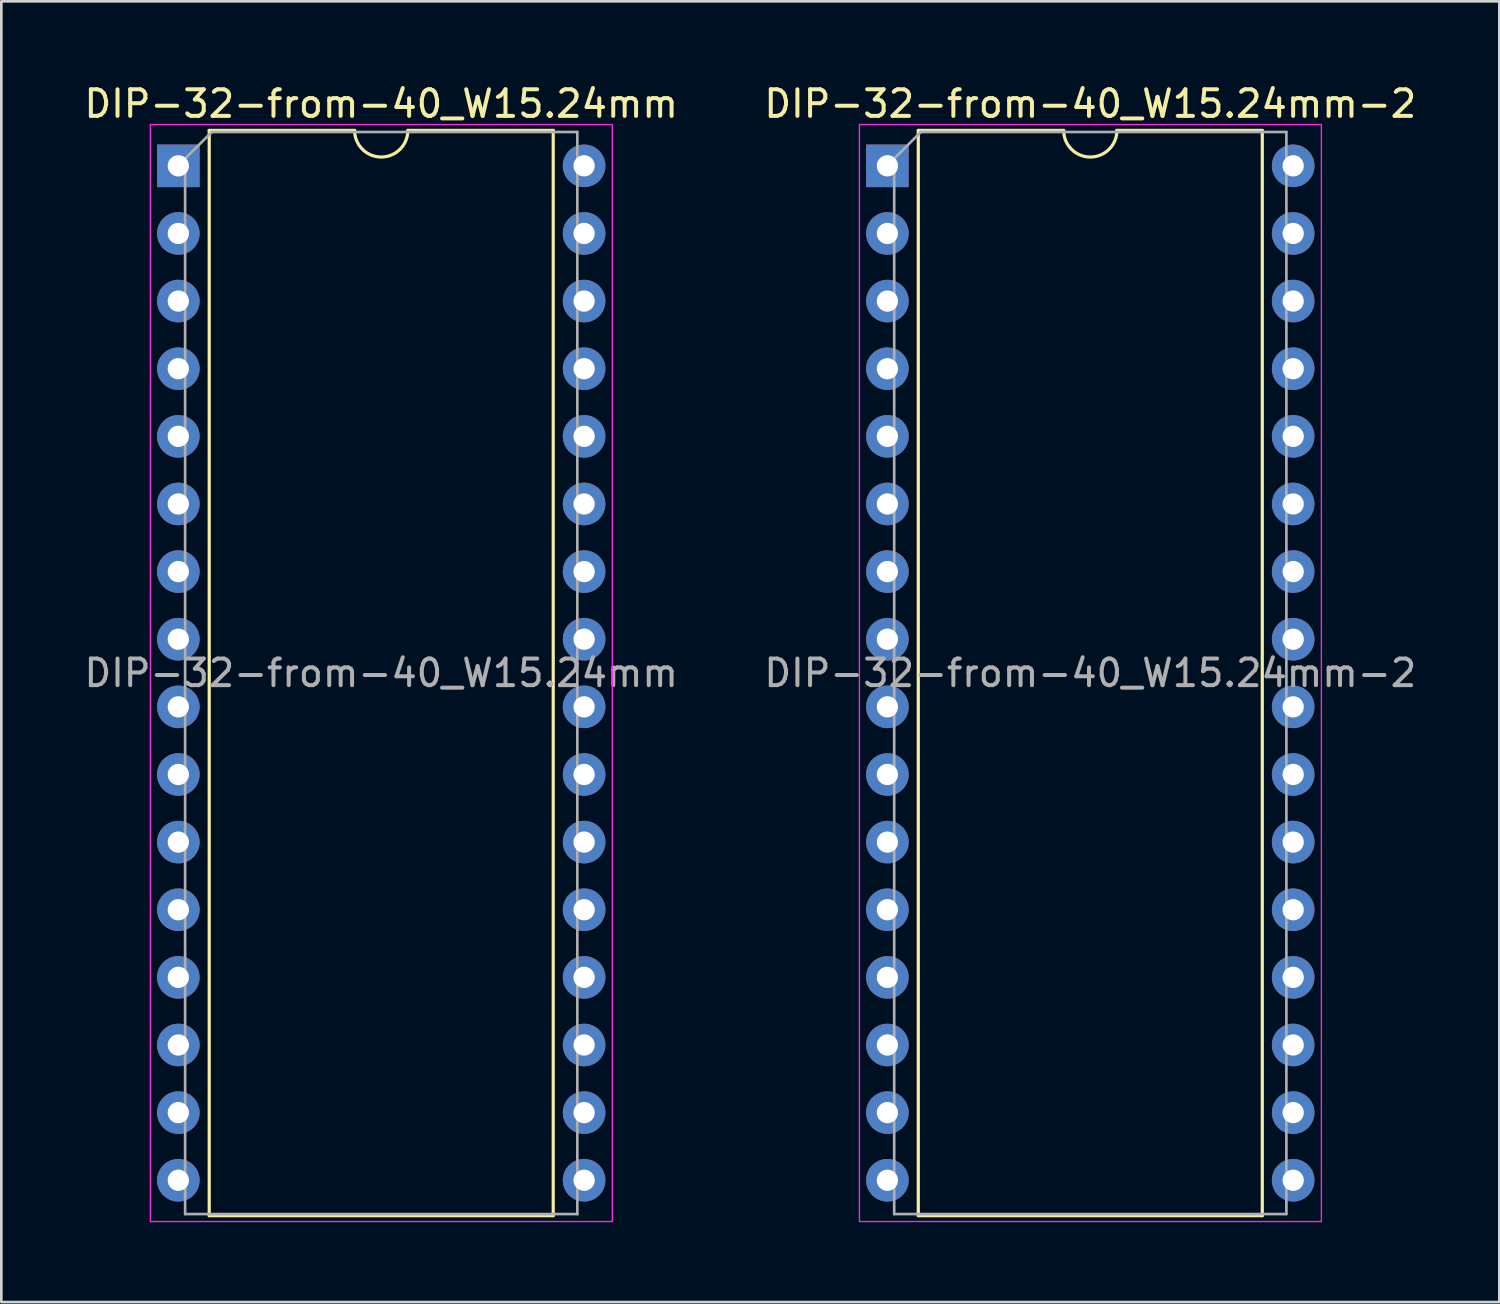
<source format=kicad_pcb>
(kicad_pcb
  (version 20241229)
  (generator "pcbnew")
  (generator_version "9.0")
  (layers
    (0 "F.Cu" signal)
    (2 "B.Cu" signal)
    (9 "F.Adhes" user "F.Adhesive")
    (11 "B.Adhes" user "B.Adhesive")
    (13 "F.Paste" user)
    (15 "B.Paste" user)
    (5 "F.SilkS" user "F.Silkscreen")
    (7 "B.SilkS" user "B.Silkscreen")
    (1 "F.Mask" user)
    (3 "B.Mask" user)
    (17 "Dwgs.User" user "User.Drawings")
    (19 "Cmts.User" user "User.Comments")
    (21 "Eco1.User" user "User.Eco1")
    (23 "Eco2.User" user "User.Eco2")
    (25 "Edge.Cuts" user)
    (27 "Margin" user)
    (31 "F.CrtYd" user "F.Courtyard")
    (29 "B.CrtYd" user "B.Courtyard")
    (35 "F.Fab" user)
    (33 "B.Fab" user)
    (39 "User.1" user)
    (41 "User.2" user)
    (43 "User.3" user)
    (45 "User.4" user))
  (footprint "DIP-32-from-40_W15.24mm"
    (layer "F.Cu")
    (at 3.648 3.178)
    (property "Reference" "DIP-32-from-40_W15.24mm" (at 7.62 -2.33 0) (layer "F.SilkS") (effects (font (size 1 1) (thickness 0.15))))
    (attr through_hole)
    (fp_line (start 1.16 -1.33) (end 1.16 39.43) (stroke (width 0.12) (type solid)) (layer "F.SilkS"))
    (fp_line (start 1.16 39.43) (end 14.08 39.43) (stroke (width 0.12) (type solid)) (layer "F.SilkS"))
    (fp_line (start 6.62 -1.33) (end 1.16 -1.33) (stroke (width 0.12) (type solid)) (layer "F.SilkS"))
    (fp_line (start 14.08 -1.33) (end 8.62 -1.33) (stroke (width 0.12) (type solid)) (layer "F.SilkS"))
    (fp_line (start 14.08 39.43) (end 14.08 -1.33) (stroke (width 0.12) (type solid)) (layer "F.SilkS"))
    (fp_arc (start 8.62 -1.33) (mid 7.62 -0.33) (end 6.62 -1.33) (stroke (width 0.12) (type solid)) (layer "F.SilkS"))
    (fp_line (start -1.05 -1.55) (end -1.05 39.65) (stroke (width 0.05) (type solid)) (layer "F.CrtYd"))
    (fp_line (start -1.05 39.65) (end 16.3 39.65) (stroke (width 0.05) (type solid)) (layer "F.CrtYd"))
    (fp_line (start 16.3 -1.55) (end -1.05 -1.55) (stroke (width 0.05) (type solid)) (layer "F.CrtYd"))
    (fp_line (start 16.3 39.65) (end 16.3 -1.55) (stroke (width 0.05) (type solid)) (layer "F.CrtYd"))
    (fp_line (start 0.255 -0.27) (end 1.255 -1.27) (stroke (width 0.1) (type solid)) (layer "F.Fab"))
    (fp_line (start 0.255 39.37) (end 0.255 -0.27) (stroke (width 0.1) (type solid)) (layer "F.Fab"))
    (fp_line (start 1.255 -1.27) (end 14.985 -1.27) (stroke (width 0.1) (type solid)) (layer "F.Fab"))
    (fp_line (start 14.985 -1.27) (end 14.985 39.37) (stroke (width 0.1) (type solid)) (layer "F.Fab"))
    (fp_line (start 14.985 39.37) (end 0.255 39.37) (stroke (width 0.1) (type solid)) (layer "F.Fab"))
    (fp_text user "${REFERENCE}" (at 7.62 19.05 0) (layer "F.Fab") (effects (font (size 1 1) (thickness 0.15))))
    (pad "1" thru_hole rect (at 0 0) (size 1.6 1.6) (drill 0.8) (layers "*.Cu" "*.Mask"))
    (pad "2" thru_hole oval (at 0 2.54) (size 1.6 1.6) (drill 0.8) (layers "*.Cu" "*.Mask"))
    (pad "3" thru_hole oval (at 0 5.08) (size 1.6 1.6) (drill 0.8) (layers "*.Cu" "*.Mask"))
    (pad "4" thru_hole oval (at 0 7.62) (size 1.6 1.6) (drill 0.8) (layers "*.Cu" "*.Mask"))
    (pad "5" thru_hole oval (at 0 10.16) (size 1.6 1.6) (drill 0.8) (layers "*.Cu" "*.Mask"))
    (pad "6" thru_hole oval (at 0 12.7) (size 1.6 1.6) (drill 0.8) (layers "*.Cu" "*.Mask"))
    (pad "7" thru_hole oval (at 0 15.24) (size 1.6 1.6) (drill 0.8) (layers "*.Cu" "*.Mask"))
    (pad "8" thru_hole oval (at 0 17.78) (size 1.6 1.6) (drill 0.8) (layers "*.Cu" "*.Mask"))
    (pad "9" thru_hole oval (at 0 20.32) (size 1.6 1.6) (drill 0.8) (layers "*.Cu" "*.Mask"))
    (pad "10" thru_hole oval (at 0 22.86) (size 1.6 1.6) (drill 0.8) (layers "*.Cu" "*.Mask"))
    (pad "11" thru_hole oval (at 0 25.4) (size 1.6 1.6) (drill 0.8) (layers "*.Cu" "*.Mask"))
    (pad "12" thru_hole oval (at 0 27.94) (size 1.6 1.6) (drill 0.8) (layers "*.Cu" "*.Mask"))
    (pad "13" thru_hole oval (at 0 30.48) (size 1.6 1.6) (drill 0.8) (layers "*.Cu" "*.Mask"))
    (pad "14" thru_hole oval (at 0 33.02) (size 1.6 1.6) (drill 0.8) (layers "*.Cu" "*.Mask"))
    (pad "15" thru_hole oval (at 0 35.56) (size 1.6 1.6) (drill 0.8) (layers "*.Cu" "*.Mask"))
    (pad "16" thru_hole oval (at 0 38.1) (size 1.6 1.6) (drill 0.8) (layers "*.Cu" "*.Mask"))
    (pad "25" thru_hole oval (at 15.24 38.1) (size 1.6 1.6) (drill 0.8) (layers "*.Cu" "*.Mask"))
    (pad "26" thru_hole oval (at 15.24 35.56) (size 1.6 1.6) (drill 0.8) (layers "*.Cu" "*.Mask"))
    (pad "27" thru_hole oval (at 15.24 33.02) (size 1.6 1.6) (drill 0.8) (layers "*.Cu" "*.Mask"))
    (pad "28" thru_hole oval (at 15.24 30.48) (size 1.6 1.6) (drill 0.8) (layers "*.Cu" "*.Mask"))
    (pad "29" thru_hole oval (at 15.24 27.94) (size 1.6 1.6) (drill 0.8) (layers "*.Cu" "*.Mask"))
    (pad "30" thru_hole oval (at 15.24 25.4) (size 1.6 1.6) (drill 0.8) (layers "*.Cu" "*.Mask"))
    (pad "31" thru_hole oval (at 15.24 22.86) (size 1.6 1.6) (drill 0.8) (layers "*.Cu" "*.Mask"))
    (pad "32" thru_hole oval (at 15.24 20.32) (size 1.6 1.6) (drill 0.8) (layers "*.Cu" "*.Mask"))
    (pad "33" thru_hole oval (at 15.24 17.78) (size 1.6 1.6) (drill 0.8) (layers "*.Cu" "*.Mask"))
    (pad "34" thru_hole oval (at 15.24 15.24) (size 1.6 1.6) (drill 0.8) (layers "*.Cu" "*.Mask"))
    (pad "35" thru_hole oval (at 15.24 12.7) (size 1.6 1.6) (drill 0.8) (layers "*.Cu" "*.Mask"))
    (pad "36" thru_hole oval (at 15.24 10.16) (size 1.6 1.6) (drill 0.8) (layers "*.Cu" "*.Mask"))
    (pad "37" thru_hole oval (at 15.24 7.62) (size 1.6 1.6) (drill 0.8) (layers "*.Cu" "*.Mask"))
    (pad "38" thru_hole oval (at 15.24 5.08) (size 1.6 1.6) (drill 0.8) (layers "*.Cu" "*.Mask"))
    (pad "39" thru_hole oval (at 15.24 2.54) (size 1.6 1.6) (drill 0.8) (layers "*.Cu" "*.Mask"))
    (pad "40" thru_hole oval (at 15.24 0) (size 1.6 1.6) (drill 0.8) (layers "*.Cu" "*.Mask")))
  (footprint "DIP-32-from-40_W15.24mm-2"
    (layer "F.Cu")
    (at 30.279 3.178)
    (property "Reference" "DIP-32-from-40_W15.24mm-2" (at 7.62 -2.33 0) (layer "F.SilkS") (effects (font (size 1 1) (thickness 0.15))))
    (attr through_hole)
    (fp_line (start 1.16 -1.33) (end 1.16 39.43) (stroke (width 0.12) (type solid)) (layer "F.SilkS"))
    (fp_line (start 1.16 39.43) (end 14.08 39.43) (stroke (width 0.12) (type solid)) (layer "F.SilkS"))
    (fp_line (start 6.62 -1.33) (end 1.16 -1.33) (stroke (width 0.12) (type solid)) (layer "F.SilkS"))
    (fp_line (start 14.08 -1.33) (end 8.62 -1.33) (stroke (width 0.12) (type solid)) (layer "F.SilkS"))
    (fp_line (start 14.08 39.43) (end 14.08 -1.33) (stroke (width 0.12) (type solid)) (layer "F.SilkS"))
    (fp_arc (start 8.62 -1.33) (mid 7.62 -0.33) (end 6.62 -1.33) (stroke (width 0.12) (type solid)) (layer "F.SilkS"))
    (fp_line (start -1.05 -1.55) (end -1.05 39.65) (stroke (width 0.05) (type solid)) (layer "F.CrtYd"))
    (fp_line (start -1.05 39.65) (end 16.3 39.65) (stroke (width 0.05) (type solid)) (layer "F.CrtYd"))
    (fp_line (start 16.3 -1.55) (end -1.05 -1.55) (stroke (width 0.05) (type solid)) (layer "F.CrtYd"))
    (fp_line (start 16.3 39.65) (end 16.3 -1.55) (stroke (width 0.05) (type solid)) (layer "F.CrtYd"))
    (fp_line (start 0.255 -0.27) (end 1.255 -1.27) (stroke (width 0.1) (type solid)) (layer "F.Fab"))
    (fp_line (start 0.255 39.37) (end 0.255 -0.27) (stroke (width 0.1) (type solid)) (layer "F.Fab"))
    (fp_line (start 1.255 -1.27) (end 14.985 -1.27) (stroke (width 0.1) (type solid)) (layer "F.Fab"))
    (fp_line (start 14.985 -1.27) (end 14.985 39.37) (stroke (width 0.1) (type solid)) (layer "F.Fab"))
    (fp_line (start 14.985 39.37) (end 0.255 39.37) (stroke (width 0.1) (type solid)) (layer "F.Fab"))
    (fp_text user "${REFERENCE}" (at 7.62 19.05 0) (layer "F.Fab") (effects (font (size 1 1) (thickness 0.15))))
    (pad "1" thru_hole rect (at 0 0) (size 1.6 1.6) (drill 0.8) (layers "*.Cu" "*.Mask"))
    (pad "2" thru_hole oval (at 0 2.54) (size 1.6 1.6) (drill 0.8) (layers "*.Cu" "*.Mask"))
    (pad "3" thru_hole oval (at 0 5.08) (size 1.6 1.6) (drill 0.8) (layers "*.Cu" "*.Mask"))
    (pad "4" thru_hole oval (at 0 7.62) (size 1.6 1.6) (drill 0.8) (layers "*.Cu" "*.Mask"))
    (pad "5" thru_hole oval (at 0 10.16) (size 1.6 1.6) (drill 0.8) (layers "*.Cu" "*.Mask"))
    (pad "6" thru_hole oval (at 0 12.7) (size 1.6 1.6) (drill 0.8) (layers "*.Cu" "*.Mask"))
    (pad "7" thru_hole oval (at 0 15.24) (size 1.6 1.6) (drill 0.8) (layers "*.Cu" "*.Mask"))
    (pad "8" thru_hole oval (at 0 17.78) (size 1.6 1.6) (drill 0.8) (layers "*.Cu" "*.Mask"))
    (pad "9" thru_hole oval (at 0 20.32) (size 1.6 1.6) (drill 0.8) (layers "*.Cu" "*.Mask"))
    (pad "10" thru_hole oval (at 0 22.86) (size 1.6 1.6) (drill 0.8) (layers "*.Cu" "*.Mask"))
    (pad "11" thru_hole oval (at 0 25.4) (size 1.6 1.6) (drill 0.8) (layers "*.Cu" "*.Mask"))
    (pad "12" thru_hole oval (at 0 27.94) (size 1.6 1.6) (drill 0.8) (layers "*.Cu" "*.Mask"))
    (pad "13" thru_hole oval (at 0 30.48) (size 1.6 1.6) (drill 0.8) (layers "*.Cu" "*.Mask"))
    (pad "14" thru_hole oval (at 0 33.02) (size 1.6 1.6) (drill 0.8) (layers "*.Cu" "*.Mask"))
    (pad "15" thru_hole oval (at 0 35.56) (size 1.6 1.6) (drill 0.8) (layers "*.Cu" "*.Mask"))
    (pad "16" thru_hole oval (at 0 38.1) (size 1.6 1.6) (drill 0.8) (layers "*.Cu" "*.Mask"))
    (pad "25" thru_hole oval (at 15.24 38.1) (size 1.6 1.6) (drill 0.8) (layers "*.Cu" "*.Mask"))
    (pad "26" thru_hole oval (at 15.24 35.56) (size 1.6 1.6) (drill 0.8) (layers "*.Cu" "*.Mask"))
    (pad "27" thru_hole oval (at 15.24 33.02) (size 1.6 1.6) (drill 0.8) (layers "*.Cu" "*.Mask"))
    (pad "28" thru_hole oval (at 15.24 30.48) (size 1.6 1.6) (drill 0.8) (layers "*.Cu" "*.Mask"))
    (pad "29" thru_hole oval (at 15.24 27.94) (size 1.6 1.6) (drill 0.8) (layers "*.Cu" "*.Mask"))
    (pad "30" thru_hole oval (at 15.24 25.4) (size 1.6 1.6) (drill 0.8) (layers "*.Cu" "*.Mask"))
    (pad "31" thru_hole oval (at 15.24 22.86) (size 1.6 1.6) (drill 0.8) (layers "*.Cu" "*.Mask"))
    (pad "32" thru_hole oval (at 15.24 20.32) (size 1.6 1.6) (drill 0.8) (layers "*.Cu" "*.Mask"))
    (pad "33" thru_hole oval (at 15.24 17.78) (size 1.6 1.6) (drill 0.8) (layers "*.Cu" "*.Mask"))
    (pad "34" thru_hole oval (at 15.24 15.24) (size 1.6 1.6) (drill 0.8) (layers "*.Cu" "*.Mask"))
    (pad "35" thru_hole oval (at 15.24 12.7) (size 1.6 1.6) (drill 0.8) (layers "*.Cu" "*.Mask"))
    (pad "36" thru_hole oval (at 15.24 10.16) (size 1.6 1.6) (drill 0.8) (layers "*.Cu" "*.Mask"))
    (pad "37" thru_hole oval (at 15.24 7.62) (size 1.6 1.6) (drill 0.8) (layers "*.Cu" "*.Mask"))
    (pad "38" thru_hole oval (at 15.24 5.08) (size 1.6 1.6) (drill 0.8) (layers "*.Cu" "*.Mask"))
    (pad "39" thru_hole oval (at 15.24 2.54) (size 1.6 1.6) (drill 0.8) (layers "*.Cu" "*.Mask"))
    (pad "40" thru_hole oval (at 15.24 0) (size 1.6 1.6) (drill 0.8) (layers "*.Cu" "*.Mask")))
  (gr_rect
    (start -3 -3)
    (end 53.262 45.853)
    (stroke (width 0.1) (type default))
    (fill no)
    (layer "Edge.Cuts")))
</source>
